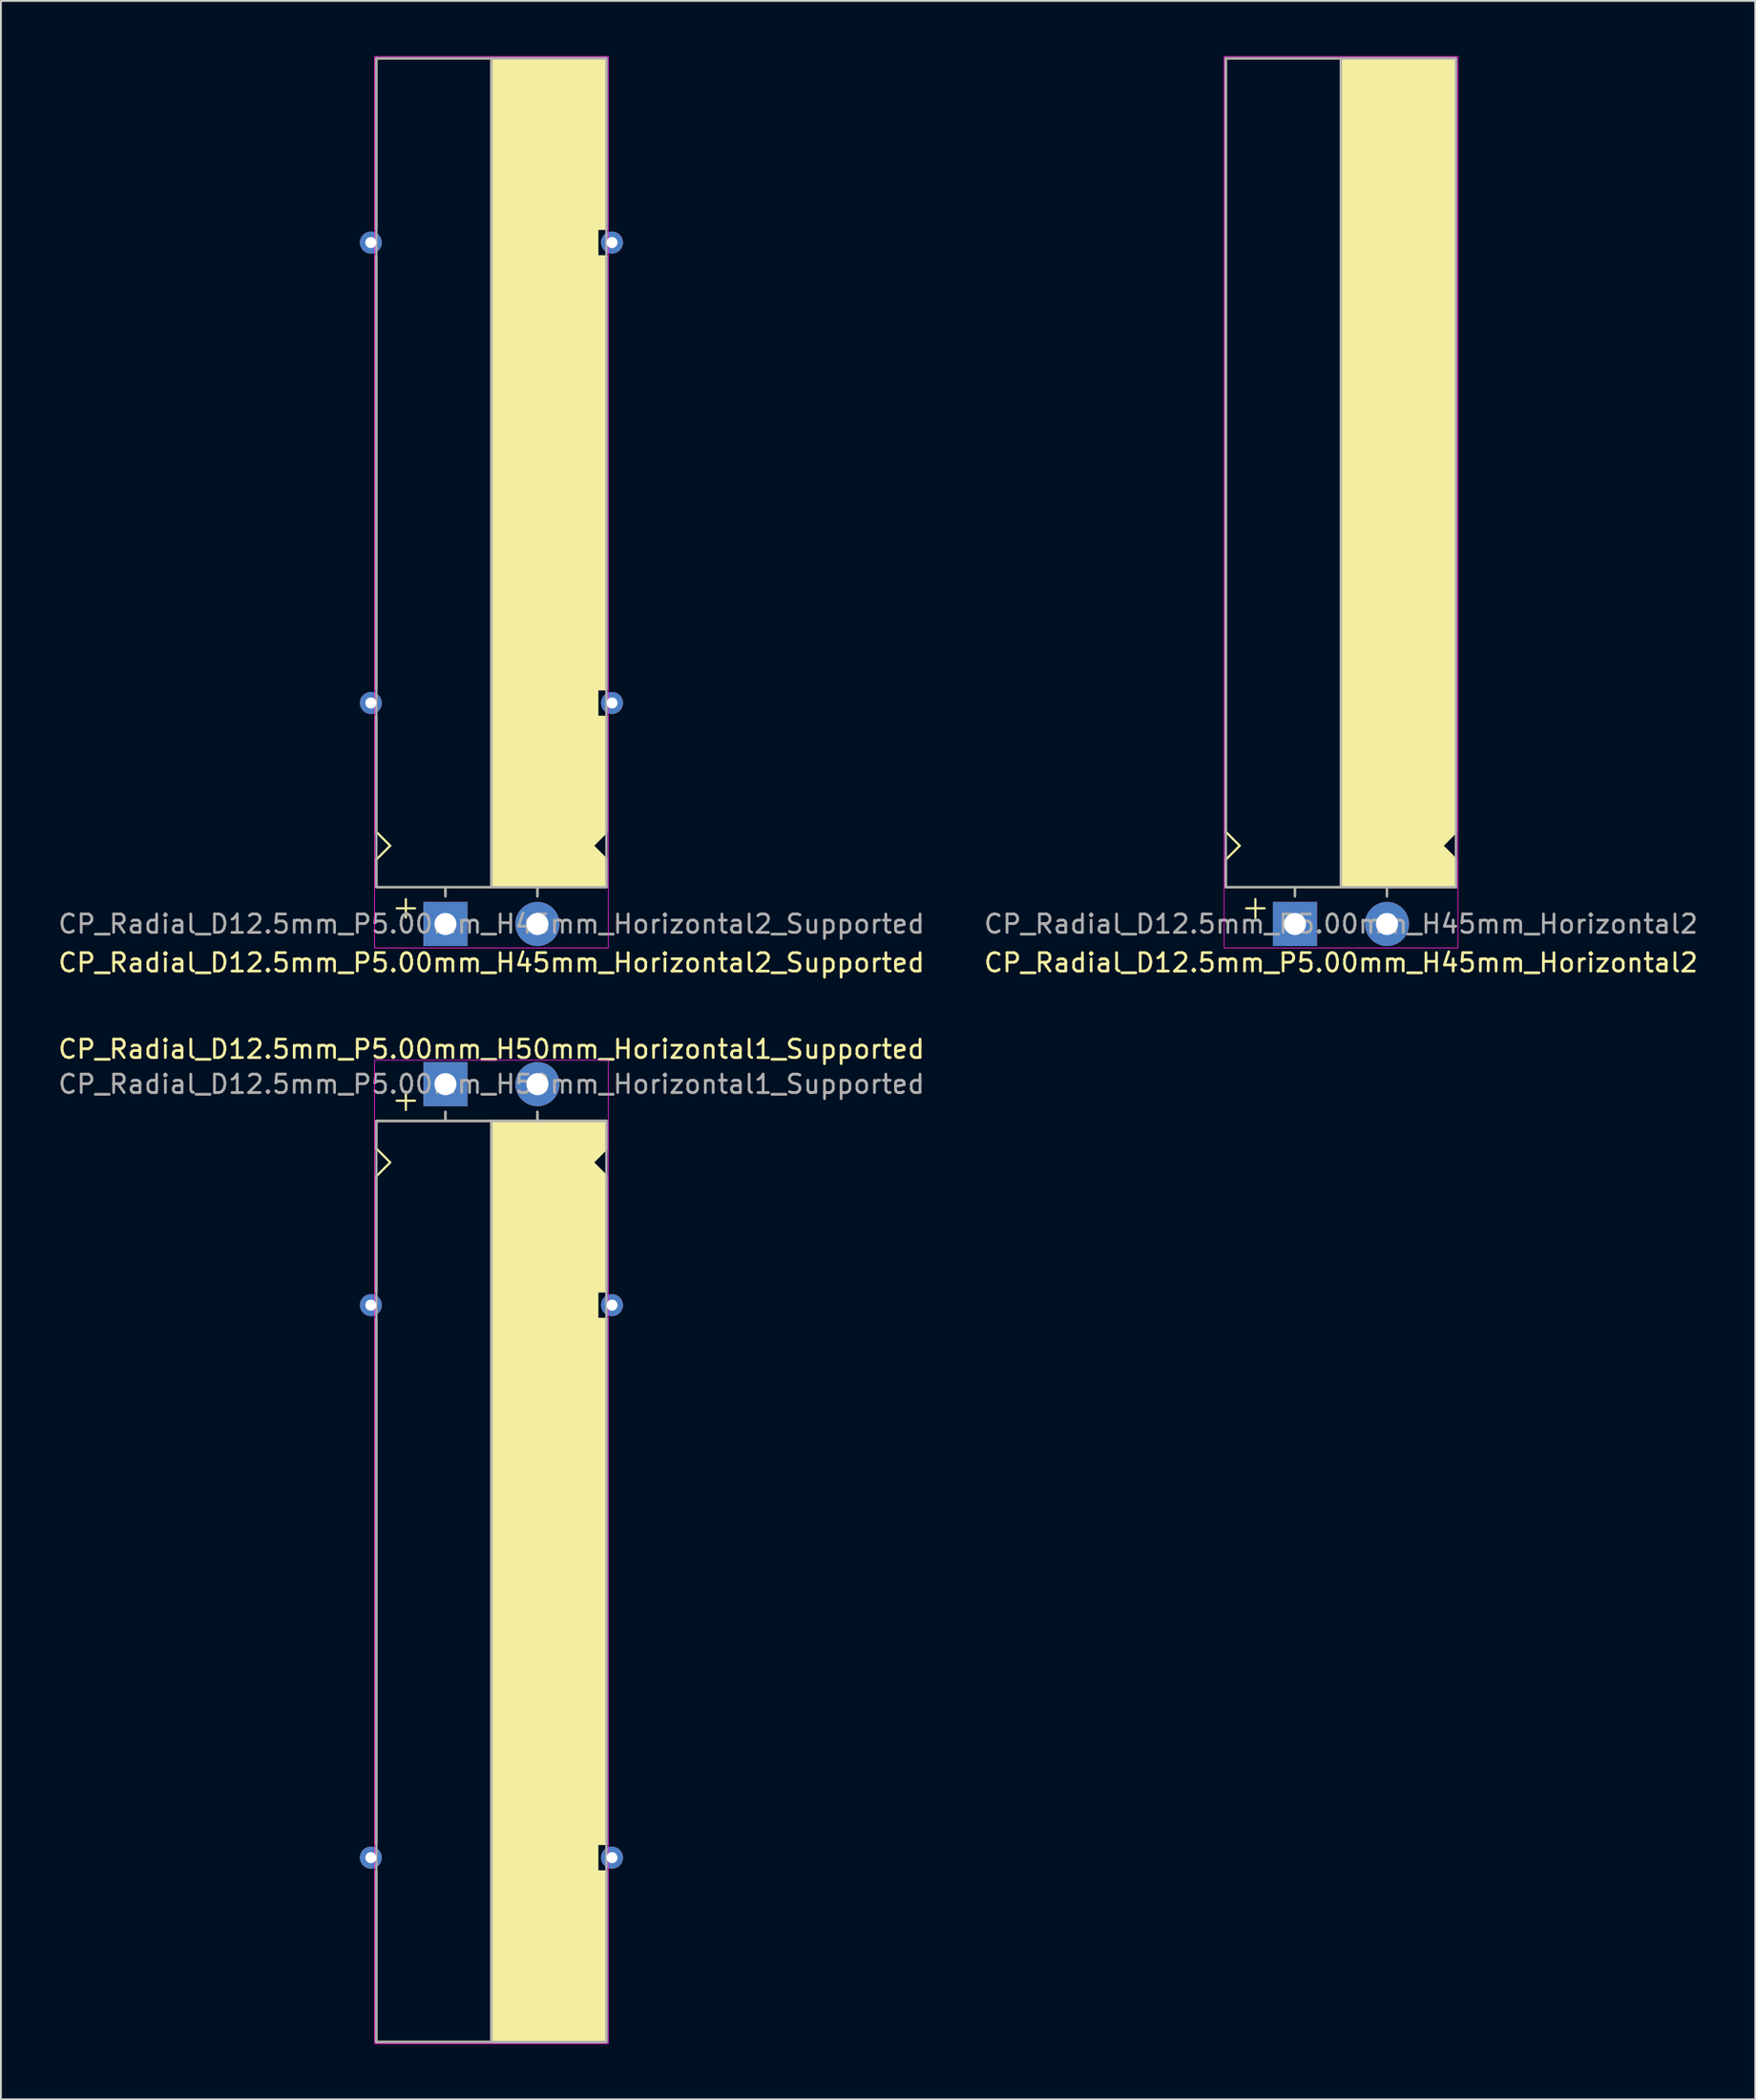
<source format=kicad_pcb>
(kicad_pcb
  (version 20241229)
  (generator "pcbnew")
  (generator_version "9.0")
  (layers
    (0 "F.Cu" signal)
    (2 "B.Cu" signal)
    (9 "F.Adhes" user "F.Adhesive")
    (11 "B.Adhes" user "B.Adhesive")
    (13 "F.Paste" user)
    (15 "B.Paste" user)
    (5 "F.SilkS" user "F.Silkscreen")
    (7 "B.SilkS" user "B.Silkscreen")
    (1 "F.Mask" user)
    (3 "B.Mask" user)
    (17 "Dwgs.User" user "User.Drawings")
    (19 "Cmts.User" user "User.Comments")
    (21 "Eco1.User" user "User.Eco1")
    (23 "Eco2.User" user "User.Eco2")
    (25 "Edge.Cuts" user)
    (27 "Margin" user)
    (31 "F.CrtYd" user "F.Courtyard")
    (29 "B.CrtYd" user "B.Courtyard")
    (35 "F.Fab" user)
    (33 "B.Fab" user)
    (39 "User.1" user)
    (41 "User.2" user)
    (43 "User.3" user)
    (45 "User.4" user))
  (footprint "CP_Radial_D12.5mm_P5.00mm_H45mm_Horizontal2_Supported"
    (layer "F.Cu")
    (at 21.149 47.12)
    (property "Reference" "CP_Radial_D12.5mm_P5.00mm_H45mm_Horizontal2_Supported" (at 2.5 2.1 180) (layer "F.SilkS") (effects (font (size 1 1) (thickness 0.15))))
    (attr through_hole)
    (fp_line (start -3.75 -47) (end -3.75 -37.75) (stroke (width 0.12) (type solid)) (layer "F.SilkS"))
    (fp_line (start -3.75 -12.75) (end -3.75 -36.25) (stroke (width 0.12) (type solid)) (layer "F.SilkS"))
    (fp_line (start -3.75 -5) (end -3.75 -11.25) (stroke (width 0.12) (type solid)) (layer "F.SilkS"))
    (fp_line (start -3.75 -3.5) (end -3 -4.25) (stroke (width 0.12) (type solid)) (layer "F.SilkS"))
    (fp_line (start -3.75 -2) (end -3.75 -3.5) (stroke (width 0.12) (type solid)) (layer "F.SilkS"))
    (fp_line (start -3 -4.25) (end -3.75 -5) (stroke (width 0.12) (type solid)) (layer "F.SilkS"))
    (fp_line (start -2.15 -1.35) (end -2.15 -0.35) (stroke (width 0.12) (type solid)) (layer "F.SilkS"))
    (fp_line (start -1.65 -0.85) (end -2.65 -0.85) (stroke (width 0.12) (type solid)) (layer "F.SilkS"))
    (fp_line (start 0 -1.5) (end 0 -2) (stroke (width 0.12) (type solid)) (layer "F.SilkS"))
    (fp_line (start 2.5 -2) (end -3.75 -2) (stroke (width 0.12) (type solid)) (layer "F.SilkS"))
    (fp_line (start 2.5 -2) (end 2.5 -47) (stroke (width 0.12) (type solid)) (layer "F.SilkS"))
    (fp_line (start 2.5 -2) (end 8.75 -2) (stroke (width 0.12) (type solid)) (layer "F.SilkS"))
    (fp_line (start 5 -1.5) (end 5 -2) (stroke (width 0.12) (type solid)) (layer "F.SilkS"))
    (fp_line (start 8 -4.25) (end 8.75 -5) (stroke (width 0.12) (type solid)) (layer "F.SilkS"))
    (fp_line (start 8.25 -37.75) (end 8.25 -36.25) (stroke (width 0.12) (type solid)) (layer "F.SilkS"))
    (fp_line (start 8.25 -36.25) (end 8.75 -36.25) (stroke (width 0.12) (type solid)) (layer "F.SilkS"))
    (fp_line (start 8.25 -12.75) (end 8.25 -11.25) (stroke (width 0.12) (type solid)) (layer "F.SilkS"))
    (fp_line (start 8.25 -11.25) (end 8.75 -11.25) (stroke (width 0.12) (type solid)) (layer "F.SilkS"))
    (fp_line (start 8.75 -47) (end -3.75 -47) (stroke (width 0.12) (type solid)) (layer "F.SilkS"))
    (fp_line (start 8.75 -47) (end 8.75 -37.75) (stroke (width 0.12) (type solid)) (layer "F.SilkS"))
    (fp_line (start 8.75 -37.75) (end 8.25 -37.75) (stroke (width 0.12) (type solid)) (layer "F.SilkS"))
    (fp_line (start 8.75 -12.75) (end 8.25 -12.75) (stroke (width 0.12) (type solid)) (layer "F.SilkS"))
    (fp_line (start 8.75 -12.75) (end 8.75 -36.25) (stroke (width 0.12) (type solid)) (layer "F.SilkS"))
    (fp_line (start 8.75 -5) (end 8.75 -11.25) (stroke (width 0.12) (type solid)) (layer "F.SilkS"))
    (fp_line (start 8.75 -3.5) (end 8 -4.25) (stroke (width 0.12) (type solid)) (layer "F.SilkS"))
    (fp_line (start 8.75 -2) (end 8.75 -3.5) (stroke (width 0.12) (type solid)) (layer "F.SilkS"))
    (fp_poly (pts (xy 8.75 -3.5) (xy 8 -4.25) (xy 8.75 -5) (xy 8.75 -11.25) (xy 8.25 -11.25) (xy 8.25 -12.75) (xy 8.75 -12.75) (xy 8.75 -36.25) (xy 8.25 -36.25) (xy 8.25 -37.75) (xy 8.75 -37.75) (xy 8.75 -47) (xy 2.5 -47) (xy 2.5 -2) (xy 8.75 -2)) (stroke (width 0.1) (type solid)) (fill yes) (layer "F.SilkS"))
    (fp_line (start -3.85 -47.1) (end -3.85 1.3) (stroke (width 0.04) (type solid)) (layer "F.CrtYd"))
    (fp_line (start 8.85 -47.1) (end -3.85 -47.1) (stroke (width 0.04) (type solid)) (layer "F.CrtYd"))
    (fp_line (start 8.85 1.3) (end -3.85 1.3) (stroke (width 0.04) (type solid)) (layer "F.CrtYd"))
    (fp_line (start 8.85 1.3) (end 8.85 -47.1) (stroke (width 0.04) (type solid)) (layer "F.CrtYd"))
    (fp_line (start -3.75 -47) (end 8.75 -47) (stroke (width 0.12) (type solid)) (layer "F.Fab"))
    (fp_line (start -3.75 -2) (end -3.75 -47) (stroke (width 0.12) (type solid)) (layer "F.Fab"))
    (fp_line (start 0 -2) (end -3.75 -2) (stroke (width 0.12) (type solid)) (layer "F.Fab"))
    (fp_line (start 0 -1.5) (end 0 -2) (stroke (width 0.12) (type solid)) (layer "F.Fab"))
    (fp_line (start 2.5 -2) (end 2.5 -47) (stroke (width 0.12) (type solid)) (layer "F.Fab"))
    (fp_line (start 5 -2) (end 5 -1.5) (stroke (width 0.12) (type solid)) (layer "F.Fab"))
    (fp_line (start 8.75 -47) (end 8.75 -2) (stroke (width 0.12) (type solid)) (layer "F.Fab"))
    (fp_line (start 8.75 -2) (end 0 -2) (stroke (width 0.12) (type solid)) (layer "F.Fab"))
    (fp_poly (pts (xy 8.75 -47) (xy 2.5 -47) (xy 2.5 -2) (xy 8.75 -2)) (stroke (width 0.1) (type solid)) (fill no) (layer "F.Fab"))
    (fp_text user "${REFERENCE}" (at 2.5 0 0) (layer "F.Fab") (effects (font (size 1 1) (thickness 0.15))))
    (pad "" thru_hole circle (at -4.05 -37 180) (size 1.2 1.2) (drill 0.6) (layers "*.Cu" "*.Mask"))
    (pad "" thru_hole circle (at -4.05 -12 180) (size 1.2 1.2) (drill 0.6) (layers "*.Cu" "*.Mask"))
    (pad "" thru_hole circle (at 9.05 -37 180) (size 1.2 1.2) (drill 0.6) (layers "*.Cu" "*.Mask"))
    (pad "" thru_hole circle (at 9.05 -12 180) (size 1.2 1.2) (drill 0.6) (layers "*.Cu" "*.Mask"))
    (pad "1" thru_hole rect (at 0 0) (size 2.4 2.4) (drill 1.2) (layers "*.Cu" "*.Mask"))
    (pad "2" thru_hole circle (at 5 0) (size 2.4 2.4) (drill 1.2) (layers "*.Cu" "*.Mask")))
  (footprint "CP_Radial_D12.5mm_P5.00mm_H50mm_Horizontal1_Supported"
    (layer "F.Cu")
    (at 21.149 55.816)
    (property "Reference" "CP_Radial_D12.5mm_P5.00mm_H50mm_Horizontal1_Supported" (at 2.5 -1.9 180) (layer "F.SilkS") (effects (font (size 1 1) (thickness 0.15))))
    (attr through_hole)
    (fp_line (start -3.75 2) (end -3.75 3.5) (stroke (width 0.12) (type solid)) (layer "F.SilkS"))
    (fp_line (start -3.75 3.5) (end -3 4.25) (stroke (width 0.12) (type solid)) (layer "F.SilkS"))
    (fp_line (start -3.75 5) (end -3.75 11.25) (stroke (width 0.12) (type solid)) (layer "F.SilkS"))
    (fp_line (start -3.75 12.75) (end -3.75 41.25) (stroke (width 0.12) (type solid)) (layer "F.SilkS"))
    (fp_line (start -3.75 52) (end -3.75 42.75) (stroke (width 0.12) (type solid)) (layer "F.SilkS"))
    (fp_line (start -3 4.25) (end -3.75 5) (stroke (width 0.12) (type solid)) (layer "F.SilkS"))
    (fp_line (start -2.15 0.4) (end -2.15 1.4) (stroke (width 0.12) (type solid)) (layer "F.SilkS"))
    (fp_line (start -1.65 0.9) (end -2.65 0.9) (stroke (width 0.12) (type solid)) (layer "F.SilkS"))
    (fp_line (start 0 1.5) (end 0 2) (stroke (width 0.12) (type solid)) (layer "F.SilkS"))
    (fp_line (start 2.5 2) (end -3.75 2) (stroke (width 0.12) (type solid)) (layer "F.SilkS"))
    (fp_line (start 2.5 2) (end 2.5 52) (stroke (width 0.12) (type solid)) (layer "F.SilkS"))
    (fp_line (start 2.5 2) (end 8.75 2) (stroke (width 0.12) (type solid)) (layer "F.SilkS"))
    (fp_line (start 5 1.5) (end 5 2) (stroke (width 0.12) (type solid)) (layer "F.SilkS"))
    (fp_line (start 8 4.25) (end 8.75 5) (stroke (width 0.12) (type solid)) (layer "F.SilkS"))
    (fp_line (start 8.25 11.25) (end 8.75 11.25) (stroke (width 0.12) (type solid)) (layer "F.SilkS"))
    (fp_line (start 8.25 12.75) (end 8.25 11.25) (stroke (width 0.12) (type solid)) (layer "F.SilkS"))
    (fp_line (start 8.25 41.25) (end 8.75 41.25) (stroke (width 0.12) (type solid)) (layer "F.SilkS"))
    (fp_line (start 8.25 42.75) (end 8.25 41.25) (stroke (width 0.12) (type solid)) (layer "F.SilkS"))
    (fp_line (start 8.75 2) (end 8.75 3.5) (stroke (width 0.12) (type solid)) (layer "F.SilkS"))
    (fp_line (start 8.75 3.5) (end 8 4.25) (stroke (width 0.12) (type solid)) (layer "F.SilkS"))
    (fp_line (start 8.75 5) (end 8.75 11.25) (stroke (width 0.12) (type solid)) (layer "F.SilkS"))
    (fp_line (start 8.75 12.75) (end 8.25 12.75) (stroke (width 0.12) (type solid)) (layer "F.SilkS"))
    (fp_line (start 8.75 12.75) (end 8.75 41.25) (stroke (width 0.12) (type solid)) (layer "F.SilkS"))
    (fp_line (start 8.75 42.75) (end 8.25 42.75) (stroke (width 0.12) (type solid)) (layer "F.SilkS"))
    (fp_line (start 8.75 52) (end -3.75 52) (stroke (width 0.12) (type solid)) (layer "F.SilkS"))
    (fp_line (start 8.75 52) (end 8.75 42.75) (stroke (width 0.12) (type solid)) (layer "F.SilkS"))
    (fp_poly (pts (xy 8.75 3.5) (xy 8 4.25) (xy 8.75 5) (xy 8.75 11.25) (xy 8.25 11.25) (xy 8.25 12.75) (xy 8.75 12.75) (xy 8.75 41.25) (xy 8.25 41.25) (xy 8.25 42.75) (xy 8.75 42.75) (xy 8.75 52) (xy 2.5 52) (xy 2.5 2) (xy 8.75 2)) (stroke (width 0.1) (type solid)) (fill yes) (layer "F.SilkS"))
    (fp_line (start -3.85 -1.3) (end 8.85 -1.3) (stroke (width 0.04) (type solid)) (layer "F.CrtYd"))
    (fp_line (start -3.85 52.1) (end -3.85 -1.3) (stroke (width 0.04) (type solid)) (layer "F.CrtYd"))
    (fp_line (start 8.85 -1.3) (end 8.85 52.1) (stroke (width 0.04) (type solid)) (layer "F.CrtYd"))
    (fp_line (start 8.85 52.1) (end -3.85 52.1) (stroke (width 0.04) (type solid)) (layer "F.CrtYd"))
    (fp_line (start -3.75 2) (end -3.75 52) (stroke (width 0.12) (type solid)) (layer "F.Fab"))
    (fp_line (start -3.75 52) (end 8.75 52) (stroke (width 0.12) (type solid)) (layer "F.Fab"))
    (fp_line (start 0 1.5) (end 0 2) (stroke (width 0.12) (type solid)) (layer "F.Fab"))
    (fp_line (start 0 2) (end -3.75 2) (stroke (width 0.12) (type solid)) (layer "F.Fab"))
    (fp_line (start 2.5 2) (end 2.5 52) (stroke (width 0.12) (type solid)) (layer "F.Fab"))
    (fp_line (start 5 2) (end 5 1.5) (stroke (width 0.12) (type solid)) (layer "F.Fab"))
    (fp_line (start 8.75 2) (end 0 2) (stroke (width 0.12) (type solid)) (layer "F.Fab"))
    (fp_line (start 8.75 52) (end 8.75 2) (stroke (width 0.12) (type solid)) (layer "F.Fab"))
    (fp_poly (pts (xy 8.75 52) (xy 2.5 52) (xy 2.5 2) (xy 8.75 2)) (stroke (width 0.1) (type solid)) (fill no) (layer "F.Fab"))
    (fp_text user "${REFERENCE}" (at 2.5 0 0) (layer "F.Fab") (effects (font (size 1 1) (thickness 0.15))))
    (pad "" thru_hole circle (at -4.05 12) (size 1.2 1.2) (drill 0.6) (layers "*.Cu" "*.Mask"))
    (pad "" thru_hole circle (at -4.05 42) (size 1.2 1.2) (drill 0.6) (layers "*.Cu" "*.Mask"))
    (pad "" thru_hole circle (at 9.05 12) (size 1.2 1.2) (drill 0.6) (layers "*.Cu" "*.Mask"))
    (pad "" thru_hole circle (at 9.05 42) (size 1.2 1.2) (drill 0.6) (layers "*.Cu" "*.Mask"))
    (pad "1" thru_hole rect (at 0 0) (size 2.4 2.4) (drill 1.2) (layers "*.Cu" "*.Mask"))
    (pad "2" thru_hole circle (at 5 0) (size 2.4 2.4) (drill 1.2) (layers "*.Cu" "*.Mask")))
  (footprint "CP_Radial_D12.5mm_P5.00mm_H45mm_Horizontal2"
    (layer "F.Cu")
    (at 67.304 47.12)
    (property "Reference" "CP_Radial_D12.5mm_P5.00mm_H45mm_Horizontal2" (at 2.5 2.1 180) (layer "F.SilkS") (effects (font (size 1 1) (thickness 0.15))))
    (attr through_hole)
    (fp_line (start -3.75 -5) (end -3.75 -47) (stroke (width 0.12) (type solid)) (layer "F.SilkS"))
    (fp_line (start -3.75 -3.5) (end -3 -4.25) (stroke (width 0.12) (type solid)) (layer "F.SilkS"))
    (fp_line (start -3.75 -2) (end -3.75 -3.5) (stroke (width 0.12) (type solid)) (layer "F.SilkS"))
    (fp_line (start -3 -4.25) (end -3.75 -5) (stroke (width 0.12) (type solid)) (layer "F.SilkS"))
    (fp_line (start -2.15 -1.35) (end -2.15 -0.35) (stroke (width 0.12) (type solid)) (layer "F.SilkS"))
    (fp_line (start -1.65 -0.85) (end -2.65 -0.85) (stroke (width 0.12) (type solid)) (layer "F.SilkS"))
    (fp_line (start 0 -1.5) (end 0 -2) (stroke (width 0.12) (type solid)) (layer "F.SilkS"))
    (fp_line (start 2.5 -2) (end -3.75 -2) (stroke (width 0.12) (type solid)) (layer "F.SilkS"))
    (fp_line (start 2.5 -2) (end 2.5 -47) (stroke (width 0.12) (type solid)) (layer "F.SilkS"))
    (fp_line (start 2.5 -2) (end 8.75 -2) (stroke (width 0.12) (type solid)) (layer "F.SilkS"))
    (fp_line (start 5 -1.5) (end 5 -2) (stroke (width 0.12) (type solid)) (layer "F.SilkS"))
    (fp_line (start 8 -4.25) (end 8.75 -5) (stroke (width 0.12) (type solid)) (layer "F.SilkS"))
    (fp_line (start 8.75 -47) (end -3.75 -47) (stroke (width 0.12) (type solid)) (layer "F.SilkS"))
    (fp_line (start 8.75 -5) (end 8.75 -47) (stroke (width 0.12) (type solid)) (layer "F.SilkS"))
    (fp_line (start 8.75 -3.5) (end 8 -4.25) (stroke (width 0.12) (type solid)) (layer "F.SilkS"))
    (fp_line (start 8.75 -2) (end 8.75 -3.5) (stroke (width 0.12) (type solid)) (layer "F.SilkS"))
    (fp_poly (pts (xy 8.75 -3.5) (xy 8 -4.25) (xy 8.75 -5) (xy 8.75 -47) (xy 2.5 -47) (xy 2.5 -2) (xy 8.75 -2)) (stroke (width 0.1) (type solid)) (fill yes) (layer "F.SilkS"))
    (fp_line (start -3.85 -47.1) (end -3.85 1.3) (stroke (width 0.04) (type solid)) (layer "F.CrtYd"))
    (fp_line (start 8.85 -47.1) (end -3.85 -47.1) (stroke (width 0.04) (type solid)) (layer "F.CrtYd"))
    (fp_line (start 8.85 1.3) (end -3.85 1.3) (stroke (width 0.04) (type solid)) (layer "F.CrtYd"))
    (fp_line (start 8.85 1.3) (end 8.85 -47.1) (stroke (width 0.04) (type solid)) (layer "F.CrtYd"))
    (fp_line (start -3.75 -47) (end 8.75 -47) (stroke (width 0.12) (type solid)) (layer "F.Fab"))
    (fp_line (start -3.75 -2) (end -3.75 -47) (stroke (width 0.12) (type solid)) (layer "F.Fab"))
    (fp_line (start 0 -2) (end -3.75 -2) (stroke (width 0.12) (type solid)) (layer "F.Fab"))
    (fp_line (start 0 -1.5) (end 0 -2) (stroke (width 0.12) (type solid)) (layer "F.Fab"))
    (fp_line (start 2.5 -2) (end 2.5 -47) (stroke (width 0.12) (type solid)) (layer "F.Fab"))
    (fp_line (start 5 -2) (end 5 -1.5) (stroke (width 0.12) (type solid)) (layer "F.Fab"))
    (fp_line (start 8.75 -47) (end 8.75 -2) (stroke (width 0.12) (type solid)) (layer "F.Fab"))
    (fp_line (start 8.75 -2) (end 0 -2) (stroke (width 0.12) (type solid)) (layer "F.Fab"))
    (fp_poly (pts (xy 8.75 -47) (xy 2.5 -47) (xy 2.5 -2) (xy 8.75 -2)) (stroke (width 0.1) (type solid)) (fill no) (layer "F.Fab"))
    (fp_text user "${REFERENCE}" (at 2.5 0 0) (layer "F.Fab") (effects (font (size 1 1) (thickness 0.15))))
    (pad "1" thru_hole rect (at 0 0) (size 2.4 2.4) (drill 1.2) (layers "*.Cu" "*.Mask"))
    (pad "2" thru_hole circle (at 5 0) (size 2.4 2.4) (drill 1.2) (layers "*.Cu" "*.Mask")))
  (gr_rect
    (start -3 -3)
    (end 92.31 110.936)
    (stroke (width 0.1) (type default))
    (fill no)
    (layer "Edge.Cuts")))
</source>
